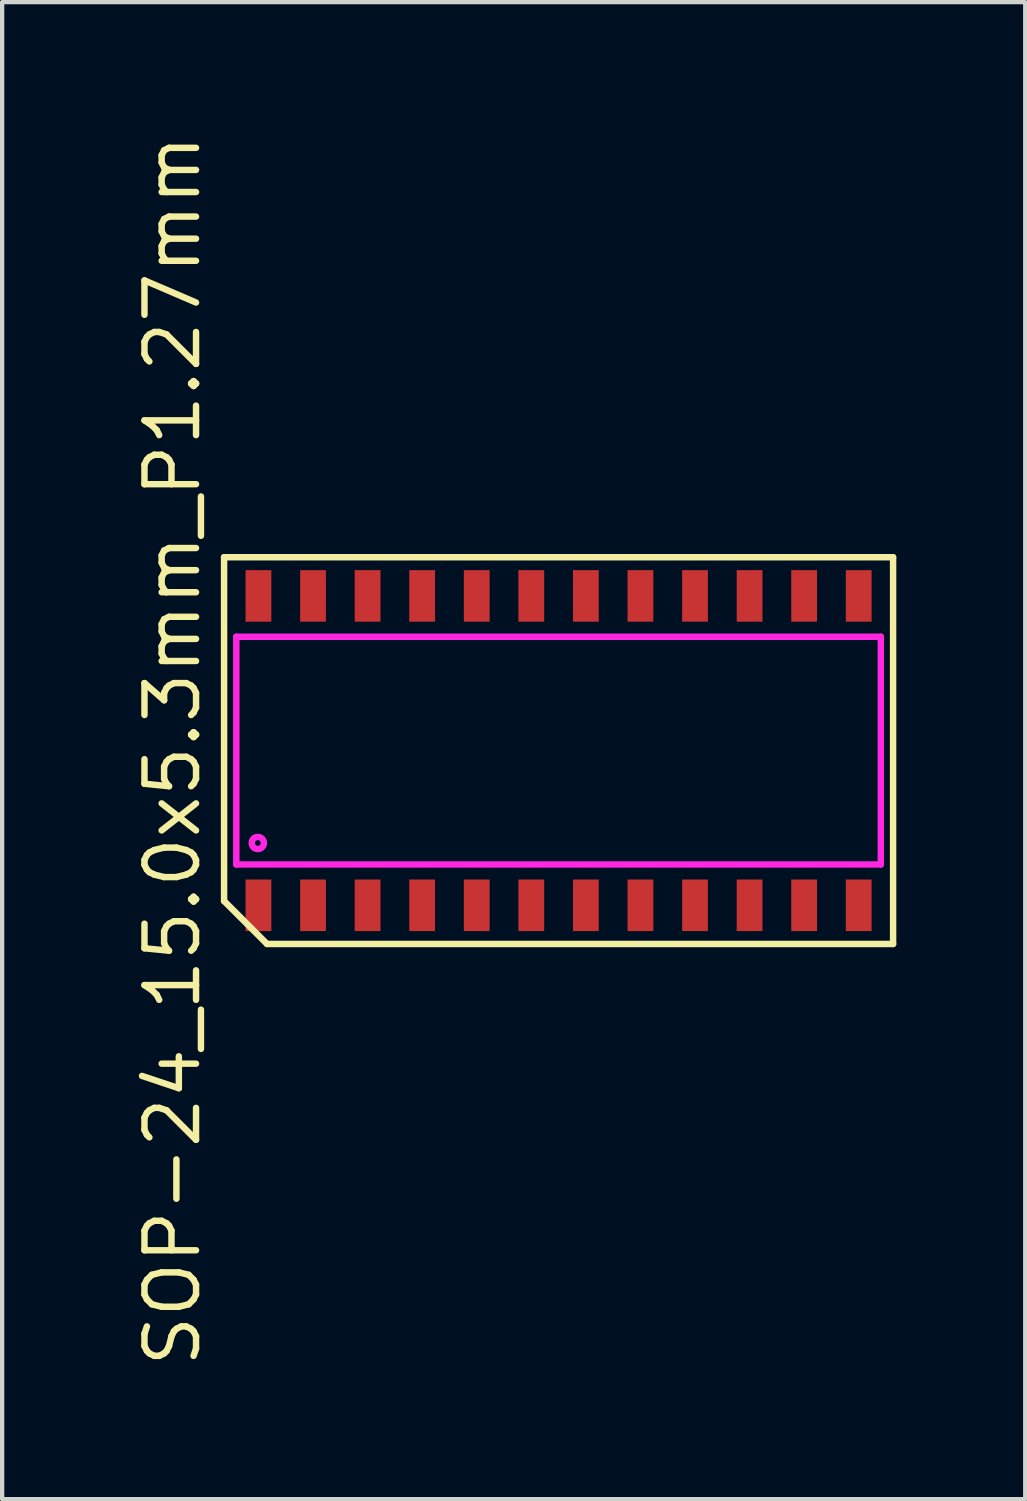
<source format=kicad_pcb>
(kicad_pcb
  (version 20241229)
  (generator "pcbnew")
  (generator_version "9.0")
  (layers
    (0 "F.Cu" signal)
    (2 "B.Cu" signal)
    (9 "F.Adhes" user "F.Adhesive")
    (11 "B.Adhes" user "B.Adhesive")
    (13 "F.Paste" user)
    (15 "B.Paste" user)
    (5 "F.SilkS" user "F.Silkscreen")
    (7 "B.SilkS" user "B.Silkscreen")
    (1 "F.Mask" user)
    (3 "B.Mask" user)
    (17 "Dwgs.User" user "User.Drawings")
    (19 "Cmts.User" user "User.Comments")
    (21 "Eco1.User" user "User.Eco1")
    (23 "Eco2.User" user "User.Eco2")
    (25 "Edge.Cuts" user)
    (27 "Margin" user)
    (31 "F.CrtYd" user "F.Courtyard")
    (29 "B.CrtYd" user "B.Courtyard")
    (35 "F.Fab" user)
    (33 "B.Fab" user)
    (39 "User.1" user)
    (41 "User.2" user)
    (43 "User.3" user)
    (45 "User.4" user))
  (footprint "SOP-24_15.0x5.3mm_P1.27mm"
    (layer "F.Cu")
    (at 9.95 14.419)
    (property "Reference" "SOP-24_15.0x5.3mm_P1.27mm" (at -8.985 0 90) (layer "F.SilkS") (effects (font (size 1.2 1.2) (thickness 0.15))))
    (attr through_hole)
    (fp_line (start -7.785 -4.5) (end -7.785 3.5) (stroke (width 0.15) (type solid)) (layer "F.SilkS"))
    (fp_line (start -6.785 4.5) (end -7.785 3.5) (stroke (width 0.15) (type solid)) (layer "F.SilkS"))
    (fp_line (start -6.785 4.5) (end 7.785 4.5) (stroke (width 0.15) (type solid)) (layer "F.SilkS"))
    (fp_line (start 7.785 -4.5) (end -7.785 -4.5) (stroke (width 0.15) (type solid)) (layer "F.SilkS"))
    (fp_line (start 7.785 4.5) (end 7.785 -4.5) (stroke (width 0.15) (type solid)) (layer "F.SilkS"))
    (fp_line (start -7.5 -2.65) (end 7.5 -2.65) (stroke (width 0.15) (type solid)) (layer "F.CrtYd"))
    (fp_line (start -7.5 2.65) (end -7.5 -2.65) (stroke (width 0.15) (type solid)) (layer "F.CrtYd"))
    (fp_line (start -7.5 2.65) (end 7.5 2.65) (stroke (width 0.15) (type solid)) (layer "F.CrtYd"))
    (fp_line (start 7.5 -2.65) (end 7.5 2.65) (stroke (width 0.15) (type solid)) (layer "F.CrtYd"))
    (fp_circle (center -7 2.15) (end -7.1 2.25) (stroke (width 0.15) (type solid)) (fill no) (layer "F.CrtYd"))
    (pad "1" smd rect (at -6.985 3.6) (size 0.6 1.2) (layers "F.Cu" "F.Mask" "F.Paste"))
    (pad "2" smd rect (at -5.715 3.6) (size 0.6 1.2) (layers "F.Cu" "F.Mask" "F.Paste"))
    (pad "3" smd rect (at -4.445 3.6) (size 0.6 1.2) (layers "F.Cu" "F.Mask" "F.Paste"))
    (pad "4" smd rect (at -3.175 3.6) (size 0.6 1.2) (layers "F.Cu" "F.Mask" "F.Paste"))
    (pad "5" smd rect (at -1.905 3.6) (size 0.6 1.2) (layers "F.Cu" "F.Mask" "F.Paste"))
    (pad "6" smd rect (at -0.635 3.6) (size 0.6 1.2) (layers "F.Cu" "F.Mask" "F.Paste"))
    (pad "7" smd rect (at 0.635 3.6) (size 0.6 1.2) (layers "F.Cu" "F.Mask" "F.Paste"))
    (pad "8" smd rect (at 1.905 3.6) (size 0.6 1.2) (layers "F.Cu" "F.Mask" "F.Paste"))
    (pad "9" smd rect (at 3.175 3.6) (size 0.6 1.2) (layers "F.Cu" "F.Mask" "F.Paste"))
    (pad "10" smd rect (at 4.445 3.6) (size 0.6 1.2) (layers "F.Cu" "F.Mask" "F.Paste"))
    (pad "11" smd rect (at 5.715 3.6) (size 0.6 1.2) (layers "F.Cu" "F.Mask" "F.Paste"))
    (pad "12" smd rect (at 6.985 3.6) (size 0.6 1.2) (layers "F.Cu" "F.Mask" "F.Paste"))
    (pad "13" smd rect (at 6.985 -3.6) (size 0.6 1.2) (layers "F.Cu" "F.Mask" "F.Paste"))
    (pad "14" smd rect (at 5.715 -3.6) (size 0.6 1.2) (layers "F.Cu" "F.Mask" "F.Paste"))
    (pad "15" smd rect (at 4.445 -3.6) (size 0.6 1.2) (layers "F.Cu" "F.Mask" "F.Paste"))
    (pad "16" smd rect (at 3.175 -3.6) (size 0.6 1.2) (layers "F.Cu" "F.Mask" "F.Paste"))
    (pad "17" smd rect (at 1.905 -3.6) (size 0.6 1.2) (layers "F.Cu" "F.Mask" "F.Paste"))
    (pad "18" smd rect (at 0.635 -3.6) (size 0.6 1.2) (layers "F.Cu" "F.Mask" "F.Paste"))
    (pad "19" smd rect (at -0.635 -3.6) (size 0.6 1.2) (layers "F.Cu" "F.Mask" "F.Paste"))
    (pad "20" smd rect (at -1.905 -3.6) (size 0.6 1.2) (layers "F.Cu" "F.Mask" "F.Paste"))
    (pad "21" smd rect (at -3.175 -3.6) (size 0.6 1.2) (layers "F.Cu" "F.Mask" "F.Paste"))
    (pad "22" smd rect (at -4.445 -3.6) (size 0.6 1.2) (layers "F.Cu" "F.Mask" "F.Paste"))
    (pad "23" smd rect (at -5.715 -3.6) (size 0.6 1.2) (layers "F.Cu" "F.Mask" "F.Paste"))
    (pad "24" smd rect (at -6.985 -3.6) (size 0.6 1.2) (layers "F.Cu" "F.Mask" "F.Paste")))
  (gr_rect
    (start -3 -3)
    (end 20.81 31.839)
    (stroke (width 0.1) (type default))
    (fill no)
    (layer "Edge.Cuts")))
</source>
